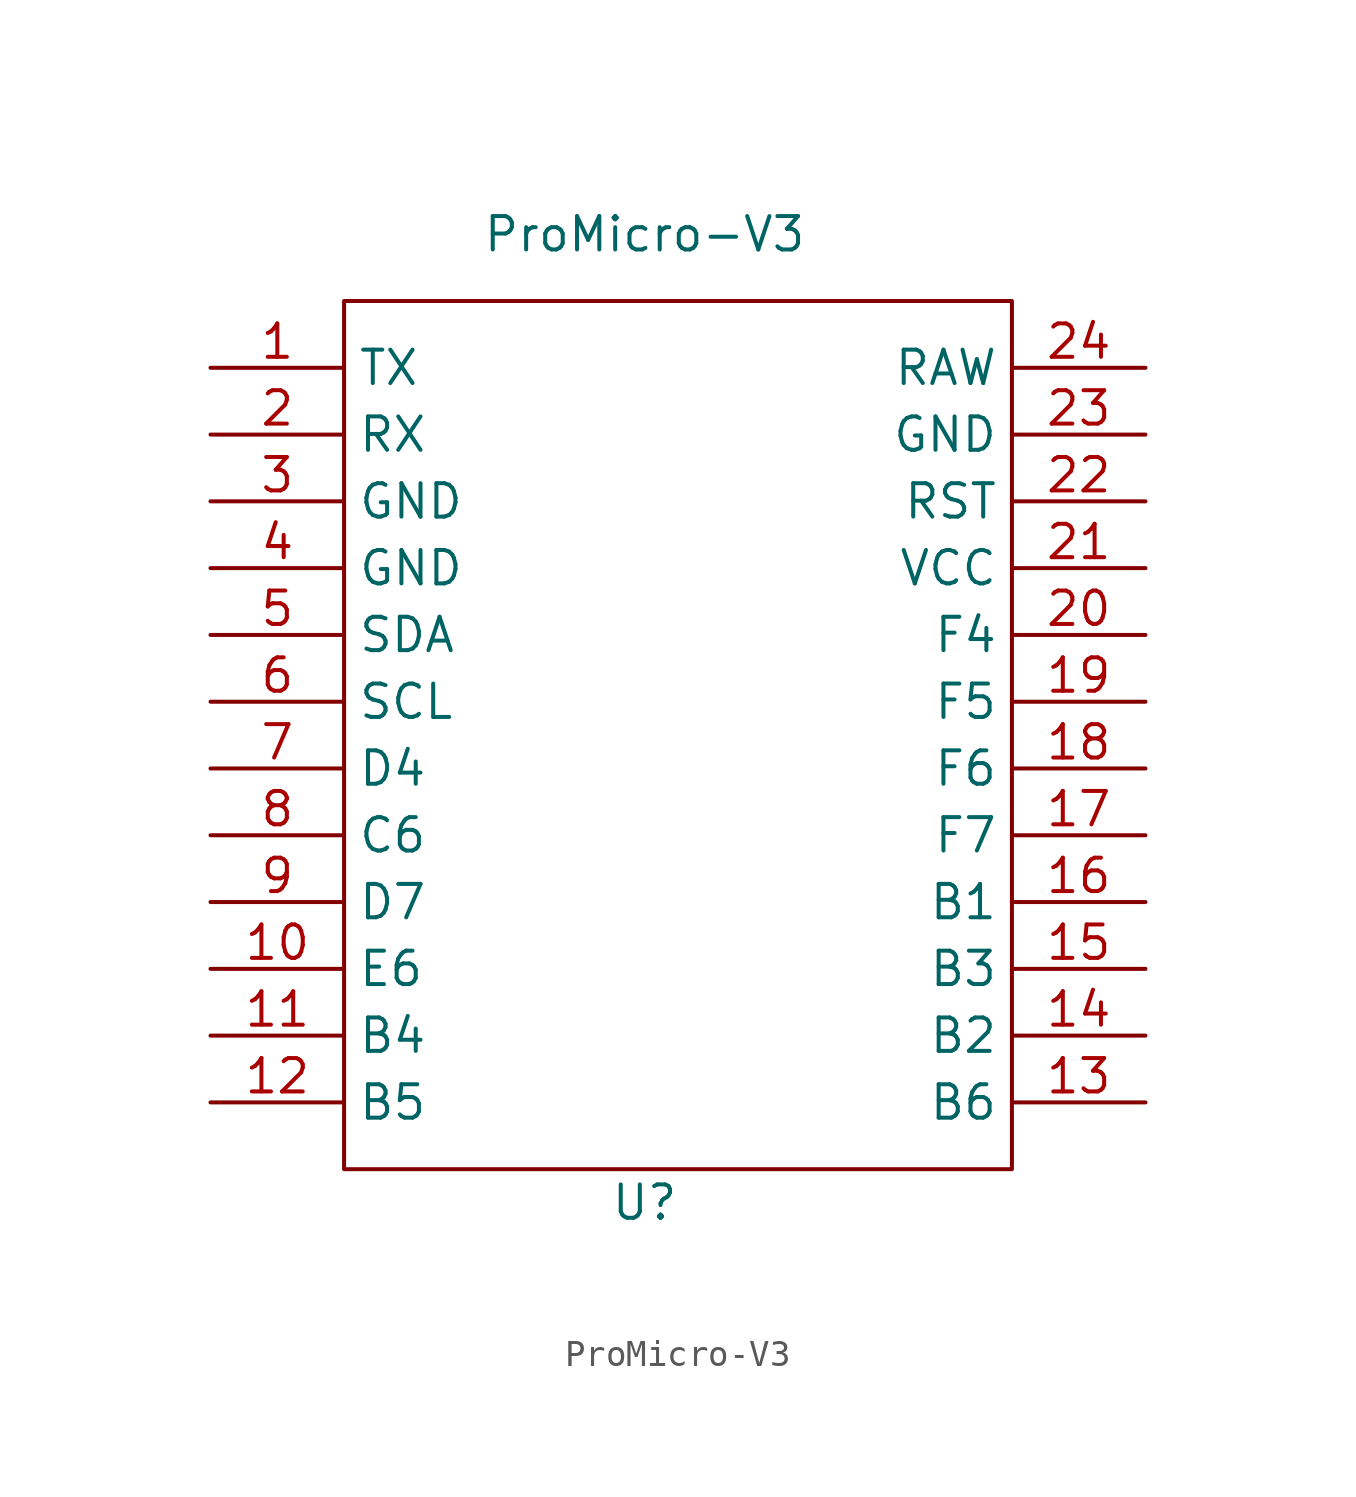
<source format=kicad_sym>
(kicad_symbol_lib
  (version 20211014)
  (generator kicad_symbol_editor)
  (symbol "ProMicro-V3"
    (property "Reference" "U"
      (at 0 -20.32 0)
      (effects (font (size 1.27 1.27))))
    (property "Value" "ProMicro-V3"
      (at 0 16.51 0)
      (effects (font (size 1.27 1.27))))
    (symbol "ProMicro-V3_0_1"
      (rectangle (start -11.43 13.97) (end 13.97 -19.05) (stroke (width 0) (type default) (color 0 0 0 0)) (fill (type none))))
    (symbol "ProMicro-V3_1_1"
      (pin bidirectional line (at -16.51 11.43 0) (length 5.08) (name "TX" (effects (font (size 1.27 1.27)))) (number "1" (effects (font (size 1.27 1.27)))))
      (pin bidirectional line (at -16.51 -11.43 0) (length 5.08) (name "E6" (effects (font (size 1.27 1.27)))) (number "10" (effects (font (size 1.27 1.27)))))
      (pin bidirectional line (at -16.51 -13.97 0) (length 5.08) (name "B4" (effects (font (size 1.27 1.27)))) (number "11" (effects (font (size 1.27 1.27)))))
      (pin bidirectional line (at -16.51 -16.51 0) (length 5.08) (name "B5" (effects (font (size 1.27 1.27)))) (number "12" (effects (font (size 1.27 1.27)))))
      (pin bidirectional line (at 19.05 -16.51 180) (length 5.08) (name "B6" (effects (font (size 1.27 1.27)))) (number "13" (effects (font (size 1.27 1.27)))))
      (pin bidirectional line (at 19.05 -13.97 180) (length 5.08) (name "B2" (effects (font (size 1.27 1.27)))) (number "14" (effects (font (size 1.27 1.27)))))
      (pin bidirectional line (at 19.05 -11.43 180) (length 5.08) (name "B3" (effects (font (size 1.27 1.27)))) (number "15" (effects (font (size 1.27 1.27)))))
      (pin bidirectional line (at 19.05 -8.89 180) (length 5.08) (name "B1" (effects (font (size 1.27 1.27)))) (number "16" (effects (font (size 1.27 1.27)))))
      (pin bidirectional line (at 19.05 -6.35 180) (length 5.08) (name "F7" (effects (font (size 1.27 1.27)))) (number "17" (effects (font (size 1.27 1.27)))))
      (pin bidirectional line (at 19.05 -3.81 180) (length 5.08) (name "F6" (effects (font (size 1.27 1.27)))) (number "18" (effects (font (size 1.27 1.27)))))
      (pin bidirectional line (at 19.05 -1.27 180) (length 5.08) (name "F5" (effects (font (size 1.27 1.27)))) (number "19" (effects (font (size 1.27 1.27)))))
      (pin bidirectional line (at -16.51 8.89 0) (length 5.08) (name "RX" (effects (font (size 1.27 1.27)))) (number "2" (effects (font (size 1.27 1.27)))))
      (pin bidirectional line (at 19.05 1.27 180) (length 5.08) (name "F4" (effects (font (size 1.27 1.27)))) (number "20" (effects (font (size 1.27 1.27)))))
      (pin power_in line (at 19.05 3.81 180) (length 5.08) (name "VCC" (effects (font (size 1.27 1.27)))) (number "21" (effects (font (size 1.27 1.27)))))
      (pin input line (at 19.05 6.35 180) (length 5.08) (name "RST" (effects (font (size 1.27 1.27)))) (number "22" (effects (font (size 1.27 1.27)))))
      (pin power_in line (at 19.05 8.89 180) (length 5.08) (name "GND" (effects (font (size 1.27 1.27)))) (number "23" (effects (font (size 1.27 1.27)))))
      (pin power_out line (at 19.05 11.43 180) (length 5.08) (name "RAW" (effects (font (size 1.27 1.27)))) (number "24" (effects (font (size 1.27 1.27)))))
      (pin power_in line (at -16.51 6.35 0) (length 5.08) (name "GND" (effects (font (size 1.27 1.27)))) (number "3" (effects (font (size 1.27 1.27)))))
      (pin power_in line (at -16.51 3.81 0) (length 5.08) (name "GND" (effects (font (size 1.27 1.27)))) (number "4" (effects (font (size 1.27 1.27)))))
      (pin bidirectional line (at -16.51 1.27 0) (length 5.08) (name "SDA" (effects (font (size 1.27 1.27)))) (number "5" (effects (font (size 1.27 1.27)))))
      (pin bidirectional line (at -16.51 -1.27 0) (length 5.08) (name "SCL" (effects (font (size 1.27 1.27)))) (number "6" (effects (font (size 1.27 1.27)))))
      (pin bidirectional line (at -16.51 -3.81 0) (length 5.08) (name "D4" (effects (font (size 1.27 1.27)))) (number "7" (effects (font (size 1.27 1.27)))))
      (pin bidirectional line (at -16.51 -6.35 0) (length 5.08) (name "C6" (effects (font (size 1.27 1.27)))) (number "8" (effects (font (size 1.27 1.27)))))
      (pin bidirectional line (at -16.51 -8.89 0) (length 5.08) (name "D7" (effects (font (size 1.27 1.27)))) (number "9" (effects (font (size 1.27 1.27))))))))
</source>
